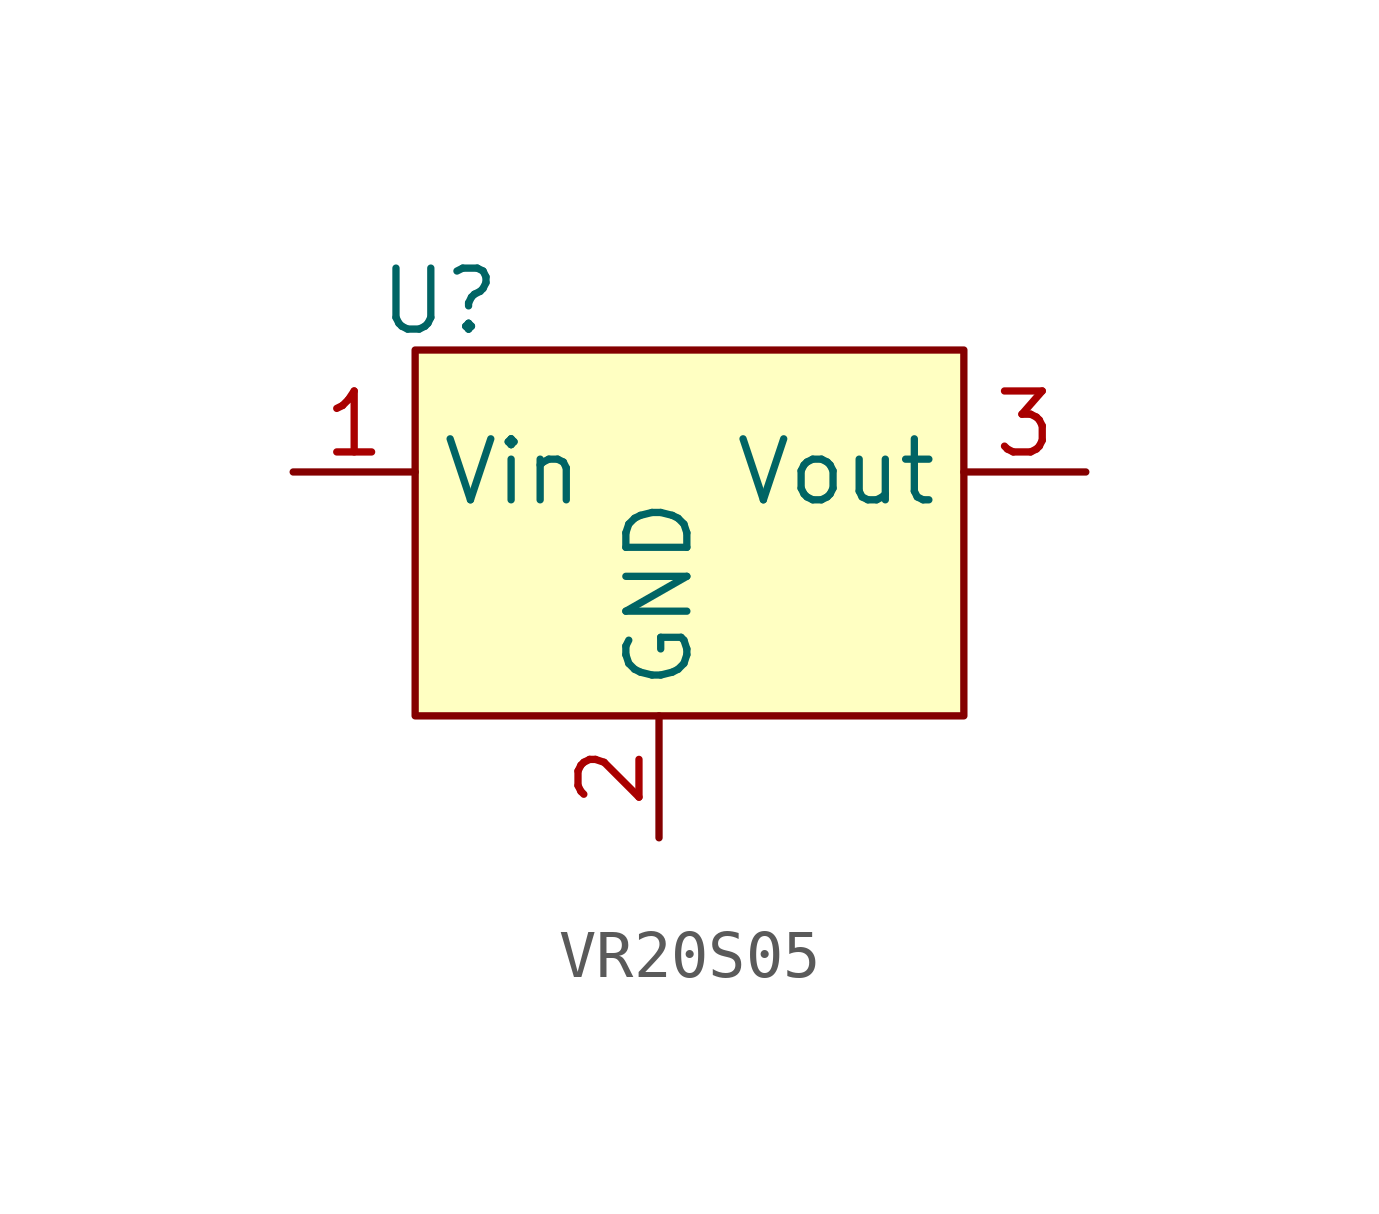
<source format=kicad_sym>
(kicad_symbol_lib
  (version 20231120)
  (generator "kicad_symbol_editor")
  (generator_version "8.0")
  (symbol "VR20S05"
    (property "Reference" "U"
      (at 0.508 6.096 0)
      (effects (font (size 1.27 1.27))))
    (property "Value" ""
      (at 0 0 0)
      (effects (font (size 1.27 1.27))))
    (property "ki_locked" ""
      (at 0 0 0)
      (effects (font (size 1.27 1.27))))
    (symbol "VR20S05_1_1"
      (polyline (pts (xy 0 -2.54) (xy 0 5.08) (xy 11.43 5.08) (xy 11.43 -2.54) (xy 0 -2.54)) (stroke (width 0) (type default)) (fill (type background)))
      (pin power_in line (at -2.54 2.54 0) (length 2.54) (name "Vin" (effects (font (size 1.27 1.27)))) (number "1" (effects (font (size 1.27 1.27)))))
      (pin input line (at 5.08 -5.08 90) (length 2.54) (name "GND" (effects (font (size 1.27 1.27)))) (number "2" (effects (font (size 1.27 1.27)))))
      (pin power_out line (at 13.97 2.54 180) (length 2.54) (name "Vout" (effects (font (size 1.27 1.27)))) (number "3" (effects (font (size 1.27 1.27))))))))
</source>
